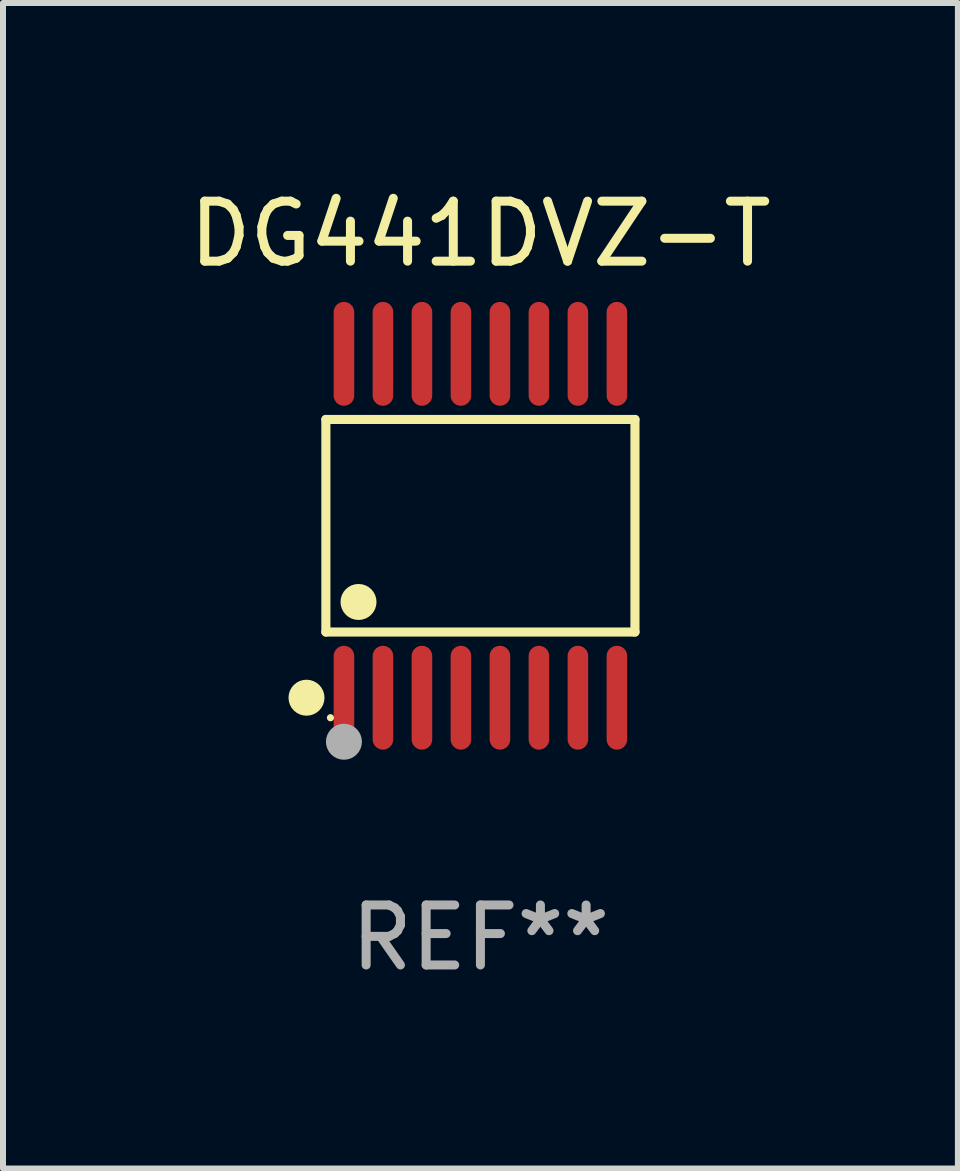
<source format=kicad_pcb>
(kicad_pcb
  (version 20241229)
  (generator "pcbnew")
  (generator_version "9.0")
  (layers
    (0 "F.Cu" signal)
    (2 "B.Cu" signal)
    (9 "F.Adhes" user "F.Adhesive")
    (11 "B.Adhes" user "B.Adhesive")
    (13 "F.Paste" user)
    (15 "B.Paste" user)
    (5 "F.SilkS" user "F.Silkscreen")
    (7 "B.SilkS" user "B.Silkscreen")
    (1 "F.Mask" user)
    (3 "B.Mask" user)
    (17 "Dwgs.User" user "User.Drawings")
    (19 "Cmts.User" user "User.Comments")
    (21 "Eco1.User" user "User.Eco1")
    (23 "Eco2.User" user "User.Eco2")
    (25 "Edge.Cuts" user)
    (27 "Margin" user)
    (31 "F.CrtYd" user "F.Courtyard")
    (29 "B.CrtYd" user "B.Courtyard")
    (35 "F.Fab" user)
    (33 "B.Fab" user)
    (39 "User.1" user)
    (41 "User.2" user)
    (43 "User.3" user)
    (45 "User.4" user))
  (footprint "DG441DVZ-T"
    (layer "F.Cu")
    (at 4.958 5.714)
    (property "Reference" "DG441DVZ-T" (at 0 -4.866 0) (layer "F.SilkS") (effects (font (size 1 1) (thickness 0.15))))
    (attr through_hole)
    (fp_line (start -2.576 -1.772) (end 2.576 -1.772) (stroke (width 0.152) (type solid)) (layer "F.SilkS"))
    (fp_line (start -2.576 1.771) (end -2.576 -1.772) (stroke (width 0.152) (type solid)) (layer "F.SilkS"))
    (fp_line (start 2.576 -1.772) (end 2.576 1.771) (stroke (width 0.152) (type solid)) (layer "F.SilkS"))
    (fp_line (start 2.576 1.771) (end -2.576 1.771) (stroke (width 0.152) (type solid)) (layer "F.SilkS"))
    (fp_circle (center -2.899 2.866) (end -2.749 2.866) (stroke (width 0.3) (type solid)) (fill no) (layer "F.SilkS"))
    (fp_circle (center -2.5 3.2) (end -2.47 3.2) (stroke (width 0.06) (type solid)) (fill no) (layer "F.SilkS"))
    (fp_circle (center -2.032 1.27) (end -1.882 1.27) (stroke (width 0.3) (type solid)) (fill no) (layer "F.SilkS"))
    (fp_circle (center -2.275 3.6) (end -2.125 3.6) (stroke (width 0.3) (type solid)) (fill no) (layer "F.Fab"))
    (fp_text user "REF**" (at 0 6.866 0) (layer "F.Fab") (effects (font (size 1 1) (thickness 0.15))))
    (pad "1" smd oval (at -2.275 2.866) (size 0.343 1.731) (layers "F.Cu" "F.Mask" "F.Paste"))
    (pad "2" smd oval (at -1.625 2.866) (size 0.343 1.731) (layers "F.Cu" "F.Mask" "F.Paste"))
    (pad "3" smd oval (at -0.975 2.866) (size 0.343 1.731) (layers "F.Cu" "F.Mask" "F.Paste"))
    (pad "4" smd oval (at -0.325 2.866) (size 0.343 1.731) (layers "F.Cu" "F.Mask" "F.Paste"))
    (pad "5" smd oval (at 0.325 2.866) (size 0.343 1.731) (layers "F.Cu" "F.Mask" "F.Paste"))
    (pad "6" smd oval (at 0.975 2.866) (size 0.343 1.731) (layers "F.Cu" "F.Mask" "F.Paste"))
    (pad "7" smd oval (at 1.625 2.866) (size 0.343 1.731) (layers "F.Cu" "F.Mask" "F.Paste"))
    (pad "8" smd oval (at 2.275 2.866) (size 0.343 1.731) (layers "F.Cu" "F.Mask" "F.Paste"))
    (pad "9" smd oval (at 2.275 -2.866) (size 0.343 1.731) (layers "F.Cu" "F.Mask" "F.Paste"))
    (pad "10" smd oval (at 1.625 -2.866) (size 0.343 1.731) (layers "F.Cu" "F.Mask" "F.Paste"))
    (pad "11" smd oval (at 0.975 -2.866) (size 0.343 1.731) (layers "F.Cu" "F.Mask" "F.Paste"))
    (pad "12" smd oval (at 0.325 -2.866) (size 0.343 1.731) (layers "F.Cu" "F.Mask" "F.Paste"))
    (pad "13" smd oval (at -0.325 -2.866) (size 0.343 1.731) (layers "F.Cu" "F.Mask" "F.Paste"))
    (pad "14" smd oval (at -0.975 -2.866) (size 0.343 1.731) (layers "F.Cu" "F.Mask" "F.Paste"))
    (pad "15" smd oval (at -1.625 -2.866) (size 0.343 1.731) (layers "F.Cu" "F.Mask" "F.Paste"))
    (pad "16" smd oval (at -2.275 -2.866) (size 0.343 1.731) (layers "F.Cu" "F.Mask" "F.Paste")))
  (gr_rect
    (start -3 -3)
    (end 12.917 16.428)
    (stroke (width 0.1) (type default))
    (fill no)
    (layer "Edge.Cuts")))
</source>
